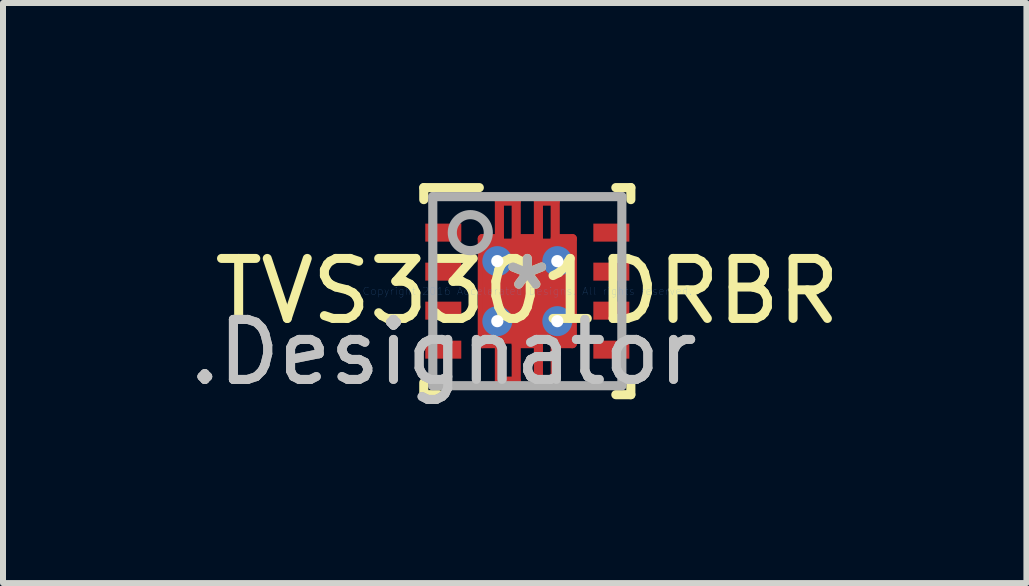
<source format=kicad_pcb>
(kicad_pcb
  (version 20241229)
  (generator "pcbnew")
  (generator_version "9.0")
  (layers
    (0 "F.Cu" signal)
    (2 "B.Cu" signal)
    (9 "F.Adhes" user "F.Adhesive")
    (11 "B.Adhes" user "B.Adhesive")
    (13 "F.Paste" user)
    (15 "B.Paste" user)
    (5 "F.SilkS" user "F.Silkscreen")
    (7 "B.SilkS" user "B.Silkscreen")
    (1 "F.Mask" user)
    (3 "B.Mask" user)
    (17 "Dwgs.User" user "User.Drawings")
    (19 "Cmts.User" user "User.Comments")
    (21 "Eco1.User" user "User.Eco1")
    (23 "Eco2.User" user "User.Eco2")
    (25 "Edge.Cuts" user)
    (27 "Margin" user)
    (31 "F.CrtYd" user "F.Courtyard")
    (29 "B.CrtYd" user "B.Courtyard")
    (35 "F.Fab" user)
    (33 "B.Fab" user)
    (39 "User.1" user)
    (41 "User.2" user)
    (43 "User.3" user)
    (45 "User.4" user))
  (footprint "TVS3301DRBR"
    (layer "F.Cu")
    (at 5.736 1.801)
    (property "Reference" "TVS3301DRBR" (at 0 0 0) (layer "F.SilkS") (effects (font (size 1 1) (thickness 0.15))))
    (attr through_hole)
    (fp_line (start -0.75 -0.875) (end -0.465 -0.875) (stroke (width 0.152) (type solid)) (layer "F.Cu"))
    (fp_line (start -0.75 0.875) (end -0.75 -0.875) (stroke (width 0.152) (type solid)) (layer "F.Cu"))
    (fp_line (start -0.465 -1.5) (end -0.185 -1.5) (stroke (width 0.152) (type solid)) (layer "F.Cu"))
    (fp_line (start -0.465 1.5) (end -0.465 0.875) (stroke (width 0.152) (type solid)) (layer "F.Cu"))
    (fp_line (start -0.465 -0.875) (end -0.465 -1.5) (stroke (width 0.152) (type solid)) (layer "F.Cu"))
    (fp_line (start -0.465 0.875) (end -0.75 0.875) (stroke (width 0.152) (type solid)) (layer "F.Cu"))
    (fp_line (start -0.185 -1.5) (end -0.185 -0.875) (stroke (width 0.152) (type solid)) (layer "F.Cu"))
    (fp_line (start -0.185 1.5) (end -0.465 1.5) (stroke (width 0.152) (type solid)) (layer "F.Cu"))
    (fp_line (start -0.185 -0.875) (end 0.185 -0.875) (stroke (width 0.152) (type solid)) (layer "F.Cu"))
    (fp_line (start -0.185 0.875) (end -0.185 1.5) (stroke (width 0.152) (type solid)) (layer "F.Cu"))
    (fp_line (start 0.185 -1.5) (end 0.465 -1.5) (stroke (width 0.152) (type solid)) (layer "F.Cu"))
    (fp_line (start 0.185 -0.875) (end 0.185 -1.5) (stroke (width 0.152) (type solid)) (layer "F.Cu"))
    (fp_line (start 0.185 0.875) (end -0.185 0.875) (stroke (width 0.152) (type solid)) (layer "F.Cu"))
    (fp_line (start 0.185 1.5) (end 0.185 0.875) (stroke (width 0.152) (type solid)) (layer "F.Cu"))
    (fp_line (start 0.465 -1.5) (end 0.465 -0.875) (stroke (width 0.152) (type solid)) (layer "F.Cu"))
    (fp_line (start 0.465 -0.875) (end 0.75 -0.875) (stroke (width 0.152) (type solid)) (layer "F.Cu"))
    (fp_line (start 0.465 0.875) (end 0.465 1.5) (stroke (width 0.152) (type solid)) (layer "F.Cu"))
    (fp_line (start 0.465 1.5) (end 0.185 1.5) (stroke (width 0.152) (type solid)) (layer "F.Cu"))
    (fp_line (start 0.75 -0.875) (end 0.75 0.875) (stroke (width 0.152) (type solid)) (layer "F.Cu"))
    (fp_line (start 0.75 0.875) (end 0.465 0.875) (stroke (width 0.152) (type solid)) (layer "F.Cu"))
    (fp_line (start -0.801 -0.875) (end -0.8 -0.885) (stroke (width 0.152) (type solid)) (layer "F.Mask"))
    (fp_line (start -0.801 0.875) (end -0.801 -0.875) (stroke (width 0.152) (type solid)) (layer "F.Mask"))
    (fp_line (start -0.8 -0.885) (end -0.797 -0.894) (stroke (width 0.152) (type solid)) (layer "F.Mask"))
    (fp_line (start -0.8 0.885) (end -0.801 0.875) (stroke (width 0.152) (type solid)) (layer "F.Mask"))
    (fp_line (start -0.797 -0.894) (end -0.792 -0.903) (stroke (width 0.152) (type solid)) (layer "F.Mask"))
    (fp_line (start -0.797 0.894) (end -0.8 0.885) (stroke (width 0.152) (type solid)) (layer "F.Mask"))
    (fp_line (start -0.792 -0.903) (end -0.786 -0.911) (stroke (width 0.152) (type solid)) (layer "F.Mask"))
    (fp_line (start -0.792 0.903) (end -0.797 0.894) (stroke (width 0.152) (type solid)) (layer "F.Mask"))
    (fp_line (start -0.786 -0.911) (end -0.778 -0.917) (stroke (width 0.152) (type solid)) (layer "F.Mask"))
    (fp_line (start -0.786 0.911) (end -0.792 0.903) (stroke (width 0.152) (type solid)) (layer "F.Mask"))
    (fp_line (start -0.778 -0.917) (end -0.769 -0.922) (stroke (width 0.152) (type solid)) (layer "F.Mask"))
    (fp_line (start -0.778 0.917) (end -0.786 0.911) (stroke (width 0.152) (type solid)) (layer "F.Mask"))
    (fp_line (start -0.769 -0.922) (end -0.76 -0.925) (stroke (width 0.152) (type solid)) (layer "F.Mask"))
    (fp_line (start -0.769 0.922) (end -0.778 0.917) (stroke (width 0.152) (type solid)) (layer "F.Mask"))
    (fp_line (start -0.76 -0.925) (end -0.75 -0.926) (stroke (width 0.152) (type solid)) (layer "F.Mask"))
    (fp_line (start -0.76 0.925) (end -0.769 0.922) (stroke (width 0.152) (type solid)) (layer "F.Mask"))
    (fp_line (start -0.75 -0.926) (end -0.516 -0.926) (stroke (width 0.152) (type solid)) (layer "F.Mask"))
    (fp_line (start -0.75 0.926) (end -0.76 0.925) (stroke (width 0.152) (type solid)) (layer "F.Mask"))
    (fp_line (start -0.516 -1.5) (end -0.515 -1.51) (stroke (width 0.152) (type solid)) (layer "F.Mask"))
    (fp_line (start -0.516 1.5) (end -0.516 0.926) (stroke (width 0.152) (type solid)) (layer "F.Mask"))
    (fp_line (start -0.516 -0.926) (end -0.516 -1.5) (stroke (width 0.152) (type solid)) (layer "F.Mask"))
    (fp_line (start -0.516 0.926) (end -0.75 0.926) (stroke (width 0.152) (type solid)) (layer "F.Mask"))
    (fp_line (start -0.515 -1.51) (end -0.512 -1.519) (stroke (width 0.152) (type solid)) (layer "F.Mask"))
    (fp_line (start -0.515 1.51) (end -0.516 1.5) (stroke (width 0.152) (type solid)) (layer "F.Mask"))
    (fp_line (start -0.512 -1.519) (end -0.507 -1.528) (stroke (width 0.152) (type solid)) (layer "F.Mask"))
    (fp_line (start -0.512 1.519) (end -0.515 1.51) (stroke (width 0.152) (type solid)) (layer "F.Mask"))
    (fp_line (start -0.507 -1.528) (end -0.501 -1.536) (stroke (width 0.152) (type solid)) (layer "F.Mask"))
    (fp_line (start -0.507 1.528) (end -0.512 1.519) (stroke (width 0.152) (type solid)) (layer "F.Mask"))
    (fp_line (start -0.501 -1.536) (end -0.493 -1.542) (stroke (width 0.152) (type solid)) (layer "F.Mask"))
    (fp_line (start -0.501 1.536) (end -0.507 1.528) (stroke (width 0.152) (type solid)) (layer "F.Mask"))
    (fp_line (start -0.493 -1.542) (end -0.484 -1.547) (stroke (width 0.152) (type solid)) (layer "F.Mask"))
    (fp_line (start -0.493 1.542) (end -0.501 1.536) (stroke (width 0.152) (type solid)) (layer "F.Mask"))
    (fp_line (start -0.484 -1.547) (end -0.475 -1.55) (stroke (width 0.152) (type solid)) (layer "F.Mask"))
    (fp_line (start -0.484 1.547) (end -0.493 1.542) (stroke (width 0.152) (type solid)) (layer "F.Mask"))
    (fp_line (start -0.475 -1.55) (end -0.465 -1.551) (stroke (width 0.152) (type solid)) (layer "F.Mask"))
    (fp_line (start -0.475 1.55) (end -0.484 1.547) (stroke (width 0.152) (type solid)) (layer "F.Mask"))
    (fp_line (start -0.465 -1.551) (end -0.185 -1.551) (stroke (width 0.152) (type solid)) (layer "F.Mask"))
    (fp_line (start -0.465 1.551) (end -0.475 1.55) (stroke (width 0.152) (type solid)) (layer "F.Mask"))
    (fp_line (start -0.185 -1.551) (end -0.175 -1.55) (stroke (width 0.152) (type solid)) (layer "F.Mask"))
    (fp_line (start -0.185 1.551) (end -0.465 1.551) (stroke (width 0.152) (type solid)) (layer "F.Mask"))
    (fp_line (start -0.175 -1.55) (end -0.166 -1.547) (stroke (width 0.152) (type solid)) (layer "F.Mask"))
    (fp_line (start -0.175 1.55) (end -0.185 1.551) (stroke (width 0.152) (type solid)) (layer "F.Mask"))
    (fp_line (start -0.166 -1.547) (end -0.157 -1.542) (stroke (width 0.152) (type solid)) (layer "F.Mask"))
    (fp_line (start -0.166 1.547) (end -0.175 1.55) (stroke (width 0.152) (type solid)) (layer "F.Mask"))
    (fp_line (start -0.157 -1.542) (end -0.149 -1.536) (stroke (width 0.152) (type solid)) (layer "F.Mask"))
    (fp_line (start -0.157 1.542) (end -0.166 1.547) (stroke (width 0.152) (type solid)) (layer "F.Mask"))
    (fp_line (start -0.149 -1.536) (end -0.143 -1.528) (stroke (width 0.152) (type solid)) (layer "F.Mask"))
    (fp_line (start -0.149 1.536) (end -0.157 1.542) (stroke (width 0.152) (type solid)) (layer "F.Mask"))
    (fp_line (start -0.143 -1.528) (end -0.138 -1.519) (stroke (width 0.152) (type solid)) (layer "F.Mask"))
    (fp_line (start -0.143 1.528) (end -0.149 1.536) (stroke (width 0.152) (type solid)) (layer "F.Mask"))
    (fp_line (start -0.138 -1.519) (end -0.135 -1.51) (stroke (width 0.152) (type solid)) (layer "F.Mask"))
    (fp_line (start -0.138 1.519) (end -0.143 1.528) (stroke (width 0.152) (type solid)) (layer "F.Mask"))
    (fp_line (start -0.135 -1.51) (end -0.134 -1.5) (stroke (width 0.152) (type solid)) (layer "F.Mask"))
    (fp_line (start -0.135 1.51) (end -0.138 1.519) (stroke (width 0.152) (type solid)) (layer "F.Mask"))
    (fp_line (start -0.134 -1.5) (end -0.134 -0.926) (stroke (width 0.152) (type solid)) (layer "F.Mask"))
    (fp_line (start -0.134 1.5) (end -0.135 1.51) (stroke (width 0.152) (type solid)) (layer "F.Mask"))
    (fp_line (start -0.134 -0.926) (end 0.134 -0.926) (stroke (width 0.152) (type solid)) (layer "F.Mask"))
    (fp_line (start -0.134 0.926) (end -0.134 1.5) (stroke (width 0.152) (type solid)) (layer "F.Mask"))
    (fp_line (start 0.134 -1.5) (end 0.135 -1.51) (stroke (width 0.152) (type solid)) (layer "F.Mask"))
    (fp_line (start 0.134 -0.926) (end 0.134 -1.5) (stroke (width 0.152) (type solid)) (layer "F.Mask"))
    (fp_line (start 0.134 0.926) (end -0.134 0.926) (stroke (width 0.152) (type solid)) (layer "F.Mask"))
    (fp_line (start 0.134 1.5) (end 0.134 0.926) (stroke (width 0.152) (type solid)) (layer "F.Mask"))
    (fp_line (start 0.135 -1.51) (end 0.138 -1.519) (stroke (width 0.152) (type solid)) (layer "F.Mask"))
    (fp_line (start 0.135 1.51) (end 0.134 1.5) (stroke (width 0.152) (type solid)) (layer "F.Mask"))
    (fp_line (start 0.138 -1.519) (end 0.143 -1.528) (stroke (width 0.152) (type solid)) (layer "F.Mask"))
    (fp_line (start 0.138 1.519) (end 0.135 1.51) (stroke (width 0.152) (type solid)) (layer "F.Mask"))
    (fp_line (start 0.143 -1.528) (end 0.149 -1.536) (stroke (width 0.152) (type solid)) (layer "F.Mask"))
    (fp_line (start 0.143 1.528) (end 0.138 1.519) (stroke (width 0.152) (type solid)) (layer "F.Mask"))
    (fp_line (start 0.149 -1.536) (end 0.157 -1.542) (stroke (width 0.152) (type solid)) (layer "F.Mask"))
    (fp_line (start 0.149 1.536) (end 0.143 1.528) (stroke (width 0.152) (type solid)) (layer "F.Mask"))
    (fp_line (start 0.157 -1.542) (end 0.166 -1.547) (stroke (width 0.152) (type solid)) (layer "F.Mask"))
    (fp_line (start 0.157 1.542) (end 0.149 1.536) (stroke (width 0.152) (type solid)) (layer "F.Mask"))
    (fp_line (start 0.166 -1.547) (end 0.175 -1.55) (stroke (width 0.152) (type solid)) (layer "F.Mask"))
    (fp_line (start 0.166 1.547) (end 0.157 1.542) (stroke (width 0.152) (type solid)) (layer "F.Mask"))
    (fp_line (start 0.175 -1.55) (end 0.185 -1.551) (stroke (width 0.152) (type solid)) (layer "F.Mask"))
    (fp_line (start 0.175 1.55) (end 0.166 1.547) (stroke (width 0.152) (type solid)) (layer "F.Mask"))
    (fp_line (start 0.185 -1.551) (end 0.465 -1.551) (stroke (width 0.152) (type solid)) (layer "F.Mask"))
    (fp_line (start 0.185 1.551) (end 0.175 1.55) (stroke (width 0.152) (type solid)) (layer "F.Mask"))
    (fp_line (start 0.465 -1.551) (end 0.475 -1.55) (stroke (width 0.152) (type solid)) (layer "F.Mask"))
    (fp_line (start 0.465 1.551) (end 0.185 1.551) (stroke (width 0.152) (type solid)) (layer "F.Mask"))
    (fp_line (start 0.475 -1.55) (end 0.484 -1.547) (stroke (width 0.152) (type solid)) (layer "F.Mask"))
    (fp_line (start 0.475 1.55) (end 0.465 1.551) (stroke (width 0.152) (type solid)) (layer "F.Mask"))
    (fp_line (start 0.484 -1.547) (end 0.493 -1.542) (stroke (width 0.152) (type solid)) (layer "F.Mask"))
    (fp_line (start 0.484 1.547) (end 0.475 1.55) (stroke (width 0.152) (type solid)) (layer "F.Mask"))
    (fp_line (start 0.493 -1.542) (end 0.501 -1.536) (stroke (width 0.152) (type solid)) (layer "F.Mask"))
    (fp_line (start 0.493 1.542) (end 0.484 1.547) (stroke (width 0.152) (type solid)) (layer "F.Mask"))
    (fp_line (start 0.501 -1.536) (end 0.507 -1.528) (stroke (width 0.152) (type solid)) (layer "F.Mask"))
    (fp_line (start 0.501 1.536) (end 0.493 1.542) (stroke (width 0.152) (type solid)) (layer "F.Mask"))
    (fp_line (start 0.507 -1.528) (end 0.512 -1.519) (stroke (width 0.152) (type solid)) (layer "F.Mask"))
    (fp_line (start 0.507 1.528) (end 0.501 1.536) (stroke (width 0.152) (type solid)) (layer "F.Mask"))
    (fp_line (start 0.512 -1.519) (end 0.515 -1.51) (stroke (width 0.152) (type solid)) (layer "F.Mask"))
    (fp_line (start 0.512 1.519) (end 0.507 1.528) (stroke (width 0.152) (type solid)) (layer "F.Mask"))
    (fp_line (start 0.515 -1.51) (end 0.516 -1.5) (stroke (width 0.152) (type solid)) (layer "F.Mask"))
    (fp_line (start 0.515 1.51) (end 0.512 1.519) (stroke (width 0.152) (type solid)) (layer "F.Mask"))
    (fp_line (start 0.516 -1.5) (end 0.516 -0.926) (stroke (width 0.152) (type solid)) (layer "F.Mask"))
    (fp_line (start 0.516 -0.926) (end 0.75 -0.926) (stroke (width 0.152) (type solid)) (layer "F.Mask"))
    (fp_line (start 0.516 0.926) (end 0.516 1.5) (stroke (width 0.152) (type solid)) (layer "F.Mask"))
    (fp_line (start 0.516 1.5) (end 0.515 1.51) (stroke (width 0.152) (type solid)) (layer "F.Mask"))
    (fp_line (start 0.75 -0.926) (end 0.76 -0.925) (stroke (width 0.152) (type solid)) (layer "F.Mask"))
    (fp_line (start 0.75 0.926) (end 0.516 0.926) (stroke (width 0.152) (type solid)) (layer "F.Mask"))
    (fp_line (start 0.76 -0.925) (end 0.769 -0.922) (stroke (width 0.152) (type solid)) (layer "F.Mask"))
    (fp_line (start 0.76 0.925) (end 0.75 0.926) (stroke (width 0.152) (type solid)) (layer "F.Mask"))
    (fp_line (start 0.769 -0.922) (end 0.778 -0.917) (stroke (width 0.152) (type solid)) (layer "F.Mask"))
    (fp_line (start 0.769 0.922) (end 0.76 0.925) (stroke (width 0.152) (type solid)) (layer "F.Mask"))
    (fp_line (start 0.778 -0.917) (end 0.786 -0.911) (stroke (width 0.152) (type solid)) (layer "F.Mask"))
    (fp_line (start 0.778 0.917) (end 0.769 0.922) (stroke (width 0.152) (type solid)) (layer "F.Mask"))
    (fp_line (start 0.786 -0.911) (end 0.792 -0.903) (stroke (width 0.152) (type solid)) (layer "F.Mask"))
    (fp_line (start 0.786 0.911) (end 0.778 0.917) (stroke (width 0.152) (type solid)) (layer "F.Mask"))
    (fp_line (start 0.792 -0.903) (end 0.797 -0.894) (stroke (width 0.152) (type solid)) (layer "F.Mask"))
    (fp_line (start 0.792 0.903) (end 0.786 0.911) (stroke (width 0.152) (type solid)) (layer "F.Mask"))
    (fp_line (start 0.797 -0.894) (end 0.8 -0.885) (stroke (width 0.152) (type solid)) (layer "F.Mask"))
    (fp_line (start 0.797 0.894) (end 0.792 0.903) (stroke (width 0.152) (type solid)) (layer "F.Mask"))
    (fp_line (start 0.8 -0.885) (end 0.801 -0.875) (stroke (width 0.152) (type solid)) (layer "F.Mask"))
    (fp_line (start 0.8 0.885) (end 0.797 0.894) (stroke (width 0.152) (type solid)) (layer "F.Mask"))
    (fp_line (start 0.801 -0.875) (end 0.801 0.875) (stroke (width 0.152) (type solid)) (layer "F.Mask"))
    (fp_line (start 0.801 0.875) (end 0.8 0.885) (stroke (width 0.152) (type solid)) (layer "F.Mask"))
    (fp_line (start -1.725 1.725) (end -1.725 1.525) (stroke (width 0.152) (type solid)) (layer "F.SilkS"))
    (fp_line (start -1.725 -1.725) (end -0.8 -1.725) (stroke (width 0.152) (type solid)) (layer "F.SilkS"))
    (fp_line (start -1.725 -1.525) (end -1.725 -1.725) (stroke (width 0.152) (type solid)) (layer "F.SilkS"))
    (fp_line (start -1.725 1.725) (end -1.475 1.725) (stroke (width 0.152) (type solid)) (layer "F.SilkS"))
    (fp_line (start 1.475 -1.725) (end 1.725 -1.725) (stroke (width 0.152) (type solid)) (layer "F.SilkS"))
    (fp_line (start 1.475 1.725) (end 1.725 1.725) (stroke (width 0.152) (type solid)) (layer "F.SilkS"))
    (fp_line (start 1.725 -1.525) (end 1.725 -1.725) (stroke (width 0.152) (type solid)) (layer "F.SilkS"))
    (fp_line (start 1.725 1.725) (end 1.725 1.525) (stroke (width 0.152) (type solid)) (layer "F.SilkS"))
    (fp_line (start -0.692 -0.792) (end -0.692 0.792) (stroke (width 0.152) (type solid)) (layer "F.Paste"))
    (fp_line (start -0.692 0.792) (end 0.692 0.792) (stroke (width 0.152) (type solid)) (layer "F.Paste"))
    (fp_line (start 0.692 -0.792) (end -0.692 -0.792) (stroke (width 0.152) (type solid)) (layer "F.Paste"))
    (fp_line (start 0.692 0.792) (end 0.692 -0.792) (stroke (width 0.152) (type solid)) (layer "F.Paste"))
    (fp_line (start -1.575 -1.575) (end 1.575 -1.575) (stroke (width 0.152) (type solid)) (layer "F.Fab"))
    (fp_line (start -1.575 1.575) (end -1.575 -1.575) (stroke (width 0.152) (type solid)) (layer "F.Fab"))
    (fp_line (start -1.575 1.575) (end 1.575 1.575) (stroke (width 0.152) (type solid)) (layer "F.Fab"))
    (fp_line (start 1.575 1.575) (end 1.575 -1.575) (stroke (width 0.152) (type solid)) (layer "F.Fab"))
    (fp_circle (center -0.95 -0.975) (end -0.65 -0.975) (stroke (width 0.152) (type solid)) (fill no) (layer "F.Fab"))
    (fp_text user "*" (at 0 0 0) (layer "F.SilkS") (effects (font (size 1 1) (thickness 0.15))))
    (fp_text user ".Designator" (at -1.397 1.016 0) (layer "Dwgs.User") (effects (font (size 1 1) (thickness 0.15))))
    (fp_text user "Copyright 2016 Accelerated Designs. All rights reserved." (at 0 0 0) (layer "Cmts.User") (effects (font (size 0.127 0.127) (thickness 0.002))))
    (fp_text user ".Designator" (at -1.397 1.016 0) (layer "F.Fab") (effects (font (size 1 1) (thickness 0.15))))
    (fp_text user "*" (at 0 0 0) (layer "F.Fab") (effects (font (size 1 1) (thickness 0.15))))
    (pad "1" smd rect (at -1.4 -0.975 90) (size 0.3 0.6) (layers "F.Cu" "F.Mask" "F.Paste"))
    (pad "2" smd rect (at -1.4 -0.325 90) (size 0.3 0.6) (layers "F.Cu" "F.Mask" "F.Paste"))
    (pad "3" smd rect (at -1.4 0.325 90) (size 0.3 0.6) (layers "F.Cu" "F.Mask" "F.Paste"))
    (pad "4" smd rect (at -1.4 0.975 90) (size 0.3 0.6) (layers "F.Cu" "F.Mask" "F.Paste"))
    (pad "5" smd rect (at 1.4 0.975 90) (size 0.3 0.6) (layers "F.Cu" "F.Mask" "F.Paste"))
    (pad "6" smd rect (at 1.4 0.325 90) (size 0.3 0.6) (layers "F.Cu" "F.Mask" "F.Paste"))
    (pad "7" smd rect (at 1.4 -0.325 90) (size 0.3 0.6) (layers "F.Cu" "F.Mask" "F.Paste"))
    (pad "8" smd rect (at 1.4 -0.975 90) (size 0.3 0.6) (layers "F.Cu" "F.Mask" "F.Paste"))
    (pad "9" smd rect (at 0 0) (size 1.5 1.75) (layers "F.Cu" "F.Mask" "F.Paste"))
    (pad "V" thru_hole circle (at -0.5 -0.5) (size 0.5 0.5) (drill 0.203) (layers "*.Cu" "*.Mask"))
    (pad "V" thru_hole circle (at -0.5 0.5) (size 0.5 0.5) (drill 0.203) (layers "*.Cu" "*.Mask"))
    (pad "V" thru_hole circle (at 0.5 -0.5) (size 0.5 0.5) (drill 0.203) (layers "*.Cu" "*.Mask"))
    (pad "V" thru_hole circle (at 0.5 0.5) (size 0.5 0.5) (drill 0.203) (layers "*.Cu" "*.Mask")))
  (gr_rect
    (start -3 -3)
    (end 14.052 6.665)
    (stroke (width 0.1) (type default))
    (fill no)
    (layer "Edge.Cuts")))
</source>
